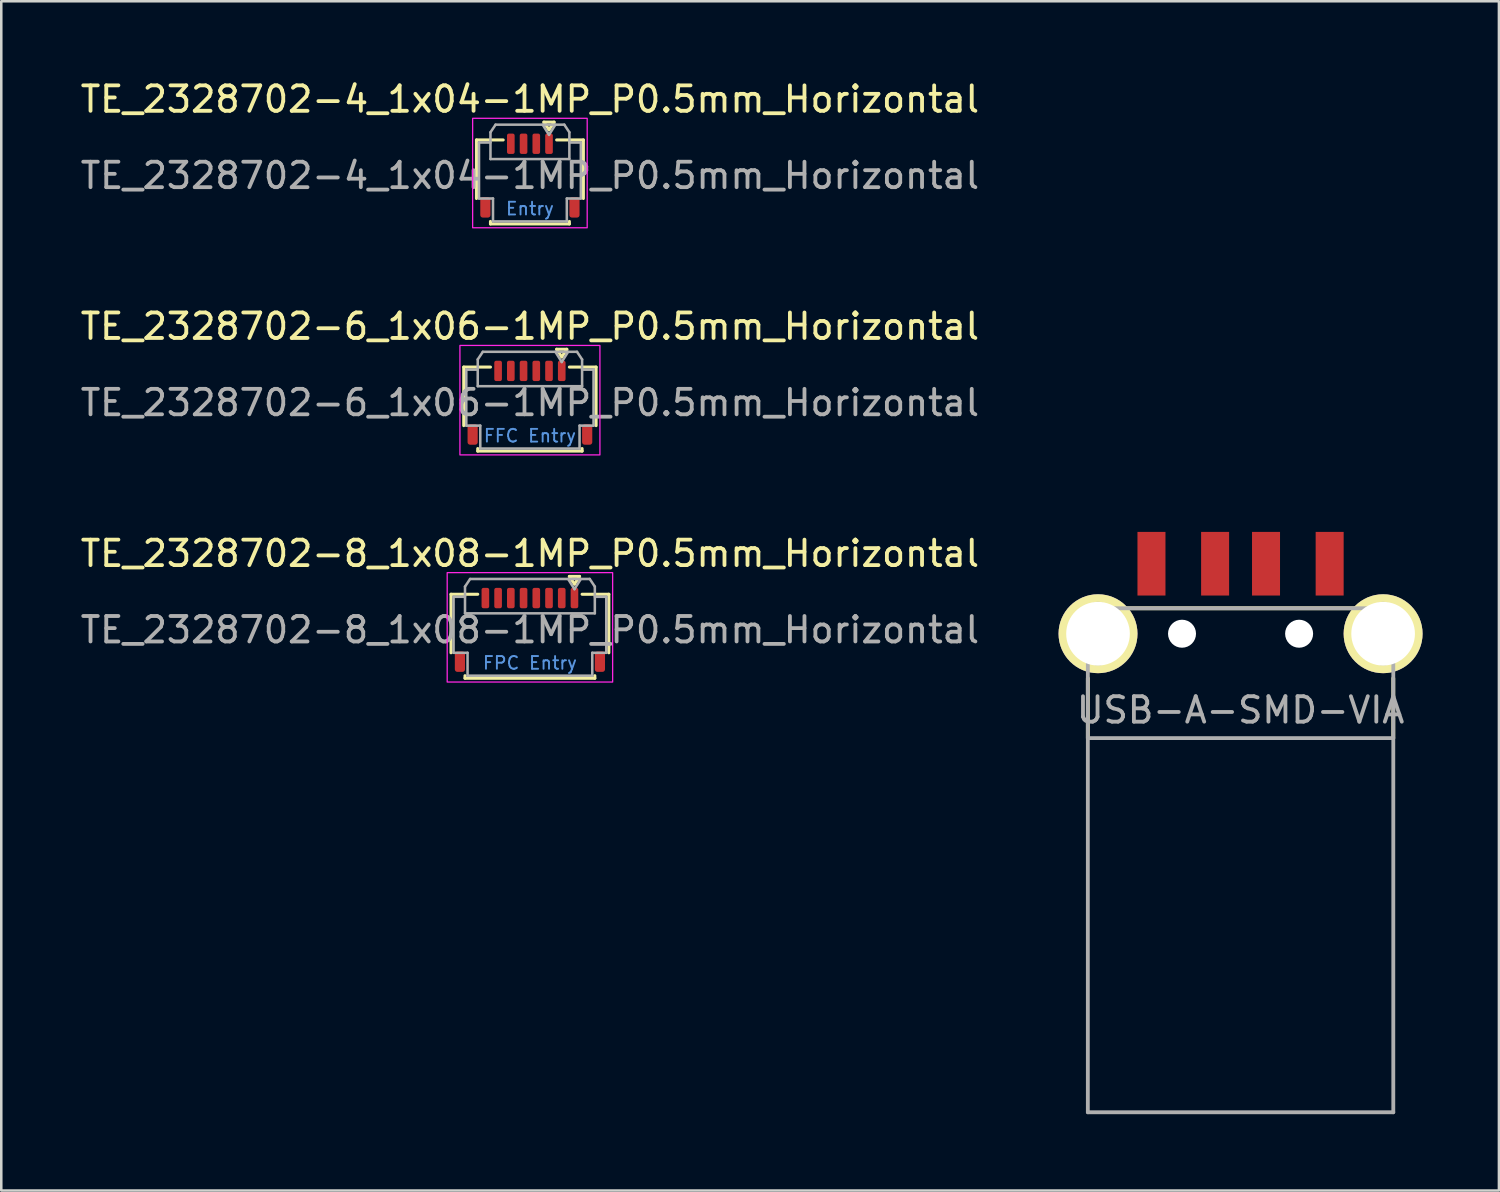
<source format=kicad_pcb>
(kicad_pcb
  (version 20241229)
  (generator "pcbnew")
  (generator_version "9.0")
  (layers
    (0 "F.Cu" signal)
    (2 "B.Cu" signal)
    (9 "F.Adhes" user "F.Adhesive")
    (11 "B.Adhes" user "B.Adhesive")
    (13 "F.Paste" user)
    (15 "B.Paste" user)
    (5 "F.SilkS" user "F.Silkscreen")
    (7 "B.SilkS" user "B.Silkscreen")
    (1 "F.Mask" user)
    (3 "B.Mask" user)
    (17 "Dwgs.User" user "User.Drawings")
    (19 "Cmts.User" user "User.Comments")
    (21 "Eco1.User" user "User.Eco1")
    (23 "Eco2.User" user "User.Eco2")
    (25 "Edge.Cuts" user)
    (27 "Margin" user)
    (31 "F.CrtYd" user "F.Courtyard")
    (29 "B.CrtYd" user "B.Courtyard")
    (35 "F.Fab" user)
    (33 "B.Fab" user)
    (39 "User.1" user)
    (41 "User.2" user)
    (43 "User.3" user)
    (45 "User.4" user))
  (footprint "TE_2328702-6_1x06-1MP_P0.5mm_Horizontal"
    (layer "F.Cu")
    (at 17.768 12.771)
    (property "Reference" "TE_2328702-6_1x06-1MP_P0.5mm_Horizontal" (at 0 -3 0) (layer "F.SilkS") (effects (font (size 1 1) (thickness 0.15))))
    (attr smd)
    (fp_line (start -2.6 -1.4) (end -2.6 0.9) (stroke (width 0.12) (type solid)) (layer "F.SilkS"))
    (fp_line (start -2.05 1.8) (end -2.05 1.9) (stroke (width 0.12) (type solid)) (layer "F.SilkS"))
    (fp_line (start -2.05 1.9) (end 2.05 1.9) (stroke (width 0.12) (type solid)) (layer "F.SilkS"))
    (fp_line (start -1.55 -1.4) (end -2.6 -1.4) (stroke (width 0.12) (type solid)) (layer "F.SilkS"))
    (fp_line (start 1.05 -2.1) (end 1.25 -1.8) (stroke (width 0.12) (type solid)) (layer "F.SilkS"))
    (fp_line (start 1.25 -1.8) (end 1.45 -2.1) (stroke (width 0.12) (type solid)) (layer "F.SilkS"))
    (fp_line (start 1.45 -2.1) (end 1.05 -2.1) (stroke (width 0.12) (type solid)) (layer "F.SilkS"))
    (fp_line (start 1.55 -1.4) (end 2.6 -1.4) (stroke (width 0.12) (type solid)) (layer "F.SilkS"))
    (fp_line (start 2.05 1.9) (end 2.05 1.8) (stroke (width 0.12) (type solid)) (layer "F.SilkS"))
    (fp_line (start 2.6 -1.4) (end 2.6 0.9) (stroke (width 0.12) (type solid)) (layer "F.SilkS"))
    (fp_rect (start -2.75 -2.25) (end 2.75 2.05) (stroke (width 0.05) (type solid)) (fill no) (layer "F.CrtYd"))
    (fp_line (start -2.5 -1.3) (end -2.05 -1.3) (stroke (width 0.1) (type solid)) (layer "F.Fab"))
    (fp_line (start -2.5 0.9) (end -2.5 -1.3) (stroke (width 0.1) (type solid)) (layer "F.Fab"))
    (fp_line (start -2.05 -1.7) (end -1.85 -2) (stroke (width 0.1) (type solid)) (layer "F.Fab"))
    (fp_line (start -2.05 -0.65) (end -2.05 -1.7) (stroke (width 0.1) (type solid)) (layer "F.Fab"))
    (fp_line (start -2.05 -0.65) (end 2.05 -0.65) (stroke (width 0.1) (type solid)) (layer "F.Fab"))
    (fp_line (start -1.95 0.9) (end -2.5 0.9) (stroke (width 0.1) (type solid)) (layer "F.Fab"))
    (fp_line (start -1.95 1.8) (end -1.95 0.9) (stroke (width 0.1) (type solid)) (layer "F.Fab"))
    (fp_line (start -1.85 -2) (end 1.85 -2) (stroke (width 0.1) (type solid)) (layer "F.Fab"))
    (fp_line (start 1.25 -1.6) (end 1 -2) (stroke (width 0.1) (type solid)) (layer "F.Fab"))
    (fp_line (start 1.5 -2) (end 1.25 -1.6) (stroke (width 0.1) (type solid)) (layer "F.Fab"))
    (fp_line (start 1.85 -2) (end 2.05 -1.7) (stroke (width 0.1) (type solid)) (layer "F.Fab"))
    (fp_line (start 1.95 0.9) (end 1.95 1.8) (stroke (width 0.1) (type solid)) (layer "F.Fab"))
    (fp_line (start 1.95 1.8) (end -1.95 1.8) (stroke (width 0.1) (type solid)) (layer "F.Fab"))
    (fp_line (start 2.05 -1.7) (end 2.05 -0.65) (stroke (width 0.1) (type solid)) (layer "F.Fab"))
    (fp_line (start 2.05 -1.3) (end 2.5 -1.3) (stroke (width 0.1) (type solid)) (layer "F.Fab"))
    (fp_line (start 2.5 -1.3) (end 2.5 0.9) (stroke (width 0.1) (type solid)) (layer "F.Fab"))
    (fp_line (start 2.5 0.9) (end 1.95 0.9) (stroke (width 0.1) (type solid)) (layer "F.Fab"))
    (fp_text user "FFC Entry" (at 0 1.3 0) (unlocked yes) (layer "Cmts.User") (effects (font (size 0.5 0.5) (thickness 0.075))))
    (fp_text user "${REFERENCE}" (at 0 0 0) (layer "F.Fab") (effects (font (size 1 1) (thickness 0.15))))
    (pad "1" smd roundrect (at 1.25 -1.25) (size 0.3 0.8) (layers "F.Cu" "F.Mask" "F.Paste") (roundrect_rratio 0.25))
    (pad "2" smd roundrect (at 0.75 -1.25) (size 0.3 0.8) (layers "F.Cu" "F.Mask" "F.Paste") (roundrect_rratio 0.25))
    (pad "3" smd roundrect (at 0.25 -1.25) (size 0.3 0.8) (layers "F.Cu" "F.Mask" "F.Paste") (roundrect_rratio 0.25))
    (pad "4" smd roundrect (at -0.25 -1.25) (size 0.3 0.8) (layers "F.Cu" "F.Mask" "F.Paste") (roundrect_rratio 0.25))
    (pad "5" smd roundrect (at -0.75 -1.25) (size 0.3 0.8) (layers "F.Cu" "F.Mask" "F.Paste") (roundrect_rratio 0.25))
    (pad "6" smd roundrect (at -1.25 -1.25) (size 0.3 0.8) (layers "F.Cu" "F.Mask" "F.Paste") (roundrect_rratio 0.25))
    (pad "MP" smd roundrect (at -2.25 1.25) (size 0.4 0.8) (layers "F.Cu" "F.Mask" "F.Paste") (roundrect_rratio 0.25))
    (pad "MP" smd roundrect (at 2.25 1.25) (size 0.4 0.8) (layers "F.Cu" "F.Mask" "F.Paste") (roundrect_rratio 0.25)))
  (footprint "TE_2328702-4_1x04-1MP_P0.5mm_Horizontal"
    (layer "F.Cu")
    (at 17.768 3.848)
    (property "Reference" "TE_2328702-4_1x04-1MP_P0.5mm_Horizontal" (at 0 -3 0) (layer "F.SilkS") (effects (font (size 1 1) (thickness 0.15))))
    (attr smd)
    (fp_line (start -2.1 -1.4) (end -2.1 0.9) (stroke (width 0.12) (type solid)) (layer "F.SilkS"))
    (fp_line (start -1.55 1.8) (end -1.55 1.9) (stroke (width 0.12) (type solid)) (layer "F.SilkS"))
    (fp_line (start -1.55 1.9) (end 1.55 1.9) (stroke (width 0.12) (type solid)) (layer "F.SilkS"))
    (fp_line (start -1.05 -1.4) (end -2.1 -1.4) (stroke (width 0.12) (type solid)) (layer "F.SilkS"))
    (fp_line (start 0.55 -2.1) (end 0.75 -1.8) (stroke (width 0.12) (type solid)) (layer "F.SilkS"))
    (fp_line (start 0.75 -1.8) (end 0.95 -2.1) (stroke (width 0.12) (type solid)) (layer "F.SilkS"))
    (fp_line (start 0.95 -2.1) (end 0.55 -2.1) (stroke (width 0.12) (type solid)) (layer "F.SilkS"))
    (fp_line (start 1.05 -1.4) (end 2.1 -1.4) (stroke (width 0.12) (type solid)) (layer "F.SilkS"))
    (fp_line (start 1.55 1.9) (end 1.55 1.8) (stroke (width 0.12) (type solid)) (layer "F.SilkS"))
    (fp_line (start 2.1 -1.4) (end 2.1 0.9) (stroke (width 0.12) (type solid)) (layer "F.SilkS"))
    (fp_rect (start -2.25 -2.25) (end 2.25 2.05) (stroke (width 0.05) (type solid)) (fill no) (layer "F.CrtYd"))
    (fp_line (start -2 -1.3) (end -1.55 -1.3) (stroke (width 0.1) (type solid)) (layer "F.Fab"))
    (fp_line (start -2 0.9) (end -2 -1.3) (stroke (width 0.1) (type solid)) (layer "F.Fab"))
    (fp_line (start -1.55 -1.7) (end -1.35 -2) (stroke (width 0.1) (type solid)) (layer "F.Fab"))
    (fp_line (start -1.55 -0.65) (end -1.55 -1.7) (stroke (width 0.1) (type solid)) (layer "F.Fab"))
    (fp_line (start -1.55 -0.65) (end 1.55 -0.65) (stroke (width 0.1) (type solid)) (layer "F.Fab"))
    (fp_line (start -1.45 0.9) (end -2 0.9) (stroke (width 0.1) (type solid)) (layer "F.Fab"))
    (fp_line (start -1.45 1.8) (end -1.45 0.9) (stroke (width 0.1) (type solid)) (layer "F.Fab"))
    (fp_line (start -1.35 -2) (end 1.35 -2) (stroke (width 0.1) (type solid)) (layer "F.Fab"))
    (fp_line (start 0.75 -1.6) (end 0.5 -2) (stroke (width 0.1) (type solid)) (layer "F.Fab"))
    (fp_line (start 1 -2) (end 0.75 -1.6) (stroke (width 0.1) (type solid)) (layer "F.Fab"))
    (fp_line (start 1.35 -2) (end 1.55 -1.7) (stroke (width 0.1) (type solid)) (layer "F.Fab"))
    (fp_line (start 1.45 0.9) (end 1.45 1.8) (stroke (width 0.1) (type solid)) (layer "F.Fab"))
    (fp_line (start 1.45 1.8) (end -1.45 1.8) (stroke (width 0.1) (type solid)) (layer "F.Fab"))
    (fp_line (start 1.55 -1.7) (end 1.55 -0.65) (stroke (width 0.1) (type solid)) (layer "F.Fab"))
    (fp_line (start 1.55 -1.3) (end 2 -1.3) (stroke (width 0.1) (type solid)) (layer "F.Fab"))
    (fp_line (start 2 -1.3) (end 2 0.9) (stroke (width 0.1) (type solid)) (layer "F.Fab"))
    (fp_line (start 2 0.9) (end 1.45 0.9) (stroke (width 0.1) (type solid)) (layer "F.Fab"))
    (fp_text user "Entry" (at 0 1.3 0) (unlocked yes) (layer "Cmts.User") (effects (font (size 0.5 0.5) (thickness 0.075))))
    (fp_text user "${REFERENCE}" (at 0 0 0) (layer "F.Fab") (effects (font (size 1 1) (thickness 0.15))))
    (pad "1" smd roundrect (at 0.75 -1.25) (size 0.3 0.8) (layers "F.Cu" "F.Mask" "F.Paste") (roundrect_rratio 0.25))
    (pad "2" smd roundrect (at 0.25 -1.25) (size 0.3 0.8) (layers "F.Cu" "F.Mask" "F.Paste") (roundrect_rratio 0.25))
    (pad "3" smd roundrect (at -0.25 -1.25) (size 0.3 0.8) (layers "F.Cu" "F.Mask" "F.Paste") (roundrect_rratio 0.25))
    (pad "4" smd roundrect (at -0.75 -1.25) (size 0.3 0.8) (layers "F.Cu" "F.Mask" "F.Paste") (roundrect_rratio 0.25))
    (pad "MP" smd roundrect (at -1.75 1.25) (size 0.4 0.8) (layers "F.Cu" "F.Mask" "F.Paste") (roundrect_rratio 0.25))
    (pad "MP" smd roundrect (at 1.75 1.25) (size 0.4 0.8) (layers "F.Cu" "F.Mask" "F.Paste") (roundrect_rratio 0.25)))
  (footprint "USB-A-SMD-VIA"
    (layer "F.Cu")
    (at 45.686 21.846)
    (property "Reference" "USB-A-SMD-VIA" (at 0 3 0) (layer "F.Fab") (effects (font (size 1 1) (thickness 0.15))))
    (attr through_hole)
    (fp_line (start -6 1.75) (end -6 4.1) (stroke (width 0.15) (type solid)) (layer "F.SilkS"))
    (fp_line (start -4.6 -1) (end 4.6 -1) (stroke (width 0.15) (type solid)) (layer "F.SilkS"))
    (fp_line (start 6 1.75) (end 6 4.1) (stroke (width 0.15) (type solid)) (layer "F.SilkS"))
    (fp_line (start -6.05 0.8) (end -6.05 -0.8) (stroke (width 0.01) (type solid)) (layer "F.Fab"))
    (fp_line (start -6 -1) (end 6 -1) (stroke (width 0.15) (type solid)) (layer "F.Fab"))
    (fp_line (start -6 4.1) (end 6 4.1) (stroke (width 0.15) (type solid)) (layer "F.Fab"))
    (fp_line (start -6 18.8) (end -6 -1) (stroke (width 0.15) (type solid)) (layer "F.Fab"))
    (fp_line (start -5.15 -0.8) (end -5.15 0.8) (stroke (width 0.01) (type solid)) (layer "F.Fab"))
    (fp_line (start 5.15 0.8) (end 5.15 -0.8) (stroke (width 0.01) (type solid)) (layer "F.Fab"))
    (fp_line (start 6 -1) (end 6 18.8) (stroke (width 0.15) (type solid)) (layer "F.Fab"))
    (fp_line (start 6 18.8) (end -6 18.8) (stroke (width 0.15) (type solid)) (layer "F.Fab"))
    (fp_line (start 6.05 -0.8) (end 6.05 0.8) (stroke (width 0.01) (type solid)) (layer "F.Fab"))
    (fp_arc (start -6.05 -0.8) (mid -5.6 -1.25) (end -5.15 -0.8) (stroke (width 0.01) (type solid)) (layer "F.Fab"))
    (fp_arc (start -5.15 0.8) (mid -5.6 1.25) (end -6.05 0.8) (stroke (width 0.01) (type solid)) (layer "F.Fab"))
    (fp_arc (start 5.15 -0.8) (mid 5.6 -1.25) (end 6.05 -0.8) (stroke (width 0.01) (type solid)) (layer "F.Fab"))
    (fp_arc (start 6.05 0.8) (mid 5.6 1.25) (end 5.15 0.8) (stroke (width 0.01) (type solid)) (layer "F.Fab"))
    (pad "" np_thru_hole circle (at -2.3 0) (size 1.1 1.1) (drill 1.1) (layers "*.Cu"))
    (pad "" np_thru_hole circle (at 2.3 0) (size 1.1 1.1) (drill 1.1) (layers "*.Cu"))
    (pad "1" smd rect (at 3.5 -2.75) (size 1.1 2.5) (layers "F.Cu" "F.Mask" "F.Paste"))
    (pad "2" smd rect (at 1 -2.75) (size 1.1 2.5) (layers "F.Cu" "F.Mask" "F.Paste"))
    (pad "3" smd rect (at -1 -2.75) (size 1.1 2.5) (layers "F.Cu" "F.Mask" "F.Paste"))
    (pad "4" smd rect (at -3.5 -2.75) (size 1.1 2.5) (layers "F.Cu" "F.Mask" "F.Paste"))
    (pad "5" thru_hole circle (at -5.6 0) (size 3.1 3.1) (drill 2.5) (layers "*.Cu" "*.Mask" "F.SilkS"))
    (pad "5" thru_hole circle (at 5.6 0) (size 3.1 3.1) (drill 2.5) (layers "*.Cu" "*.Mask" "F.SilkS")))
  (footprint "TE_2328702-8_1x08-1MP_P0.5mm_Horizontal"
    (layer "F.Cu")
    (at 17.768 21.695)
    (property "Reference" "TE_2328702-8_1x08-1MP_P0.5mm_Horizontal" (at 0 -3 0) (layer "F.SilkS") (effects (font (size 1 1) (thickness 0.15))))
    (attr smd)
    (fp_line (start -3.1 -1.4) (end -3.1 0.9) (stroke (width 0.12) (type solid)) (layer "F.SilkS"))
    (fp_line (start -2.55 1.8) (end -2.55 1.9) (stroke (width 0.12) (type solid)) (layer "F.SilkS"))
    (fp_line (start -2.55 1.9) (end 2.55 1.9) (stroke (width 0.12) (type solid)) (layer "F.SilkS"))
    (fp_line (start -2.05 -1.4) (end -3.1 -1.4) (stroke (width 0.12) (type solid)) (layer "F.SilkS"))
    (fp_line (start 1.55 -2.1) (end 1.75 -1.8) (stroke (width 0.12) (type solid)) (layer "F.SilkS"))
    (fp_line (start 1.75 -1.8) (end 1.95 -2.1) (stroke (width 0.12) (type solid)) (layer "F.SilkS"))
    (fp_line (start 1.95 -2.1) (end 1.55 -2.1) (stroke (width 0.12) (type solid)) (layer "F.SilkS"))
    (fp_line (start 2.05 -1.4) (end 3.1 -1.4) (stroke (width 0.12) (type solid)) (layer "F.SilkS"))
    (fp_line (start 2.55 1.9) (end 2.55 1.8) (stroke (width 0.12) (type solid)) (layer "F.SilkS"))
    (fp_line (start 3.1 -1.4) (end 3.1 0.9) (stroke (width 0.12) (type solid)) (layer "F.SilkS"))
    (fp_rect (start -3.25 -2.25) (end 3.25 2.05) (stroke (width 0.05) (type solid)) (fill no) (layer "F.CrtYd"))
    (fp_line (start -3 -1.3) (end -2.55 -1.3) (stroke (width 0.1) (type solid)) (layer "F.Fab"))
    (fp_line (start -3 0.9) (end -3 -1.3) (stroke (width 0.1) (type solid)) (layer "F.Fab"))
    (fp_line (start -2.55 -1.7) (end -2.35 -2) (stroke (width 0.1) (type solid)) (layer "F.Fab"))
    (fp_line (start -2.55 -0.65) (end -2.55 -1.7) (stroke (width 0.1) (type solid)) (layer "F.Fab"))
    (fp_line (start -2.55 -0.65) (end 2.55 -0.65) (stroke (width 0.1) (type solid)) (layer "F.Fab"))
    (fp_line (start -2.45 0.9) (end -3 0.9) (stroke (width 0.1) (type solid)) (layer "F.Fab"))
    (fp_line (start -2.45 1.8) (end -2.45 0.9) (stroke (width 0.1) (type solid)) (layer "F.Fab"))
    (fp_line (start -2.35 -2) (end 2.35 -2) (stroke (width 0.1) (type solid)) (layer "F.Fab"))
    (fp_line (start 1.75 -1.6) (end 1.5 -2) (stroke (width 0.1) (type solid)) (layer "F.Fab"))
    (fp_line (start 2 -2) (end 1.75 -1.6) (stroke (width 0.1) (type solid)) (layer "F.Fab"))
    (fp_line (start 2.35 -2) (end 2.55 -1.7) (stroke (width 0.1) (type solid)) (layer "F.Fab"))
    (fp_line (start 2.45 0.9) (end 2.45 1.8) (stroke (width 0.1) (type solid)) (layer "F.Fab"))
    (fp_line (start 2.45 1.8) (end -2.45 1.8) (stroke (width 0.1) (type solid)) (layer "F.Fab"))
    (fp_line (start 2.55 -1.7) (end 2.55 -0.65) (stroke (width 0.1) (type solid)) (layer "F.Fab"))
    (fp_line (start 2.55 -1.3) (end 3 -1.3) (stroke (width 0.1) (type solid)) (layer "F.Fab"))
    (fp_line (start 3 -1.3) (end 3 0.9) (stroke (width 0.1) (type solid)) (layer "F.Fab"))
    (fp_line (start 3 0.9) (end 2.45 0.9) (stroke (width 0.1) (type solid)) (layer "F.Fab"))
    (fp_text user "FPC Entry" (at 0 1.3 0) (unlocked yes) (layer "Cmts.User") (effects (font (size 0.5 0.5) (thickness 0.075))))
    (fp_text user "${REFERENCE}" (at 0 0 0) (layer "F.Fab") (effects (font (size 1 1) (thickness 0.15))))
    (pad "1" smd roundrect (at 1.75 -1.25) (size 0.3 0.8) (layers "F.Cu" "F.Mask" "F.Paste") (roundrect_rratio 0.25))
    (pad "2" smd roundrect (at 1.25 -1.25) (size 0.3 0.8) (layers "F.Cu" "F.Mask" "F.Paste") (roundrect_rratio 0.25))
    (pad "3" smd roundrect (at 0.75 -1.25) (size 0.3 0.8) (layers "F.Cu" "F.Mask" "F.Paste") (roundrect_rratio 0.25))
    (pad "4" smd roundrect (at 0.25 -1.25) (size 0.3 0.8) (layers "F.Cu" "F.Mask" "F.Paste") (roundrect_rratio 0.25))
    (pad "5" smd roundrect (at -0.25 -1.25) (size 0.3 0.8) (layers "F.Cu" "F.Mask" "F.Paste") (roundrect_rratio 0.25))
    (pad "6" smd roundrect (at -0.75 -1.25) (size 0.3 0.8) (layers "F.Cu" "F.Mask" "F.Paste") (roundrect_rratio 0.25))
    (pad "7" smd roundrect (at -1.25 -1.25) (size 0.3 0.8) (layers "F.Cu" "F.Mask" "F.Paste") (roundrect_rratio 0.25))
    (pad "8" smd roundrect (at -1.75 -1.25) (size 0.3 0.8) (layers "F.Cu" "F.Mask" "F.Paste") (roundrect_rratio 0.25))
    (pad "MP" smd roundrect (at -2.75 1.25) (size 0.4 0.8) (layers "F.Cu" "F.Mask" "F.Paste") (roundrect_rratio 0.25))
    (pad "MP" smd roundrect (at 2.75 1.25) (size 0.4 0.8) (layers "F.Cu" "F.Mask" "F.Paste") (roundrect_rratio 0.25)))
  (gr_rect
    (start -3 -3)
    (end 55.836 43.721)
    (stroke (width 0.1) (type default))
    (fill no)
    (layer "Edge.Cuts")))
</source>
